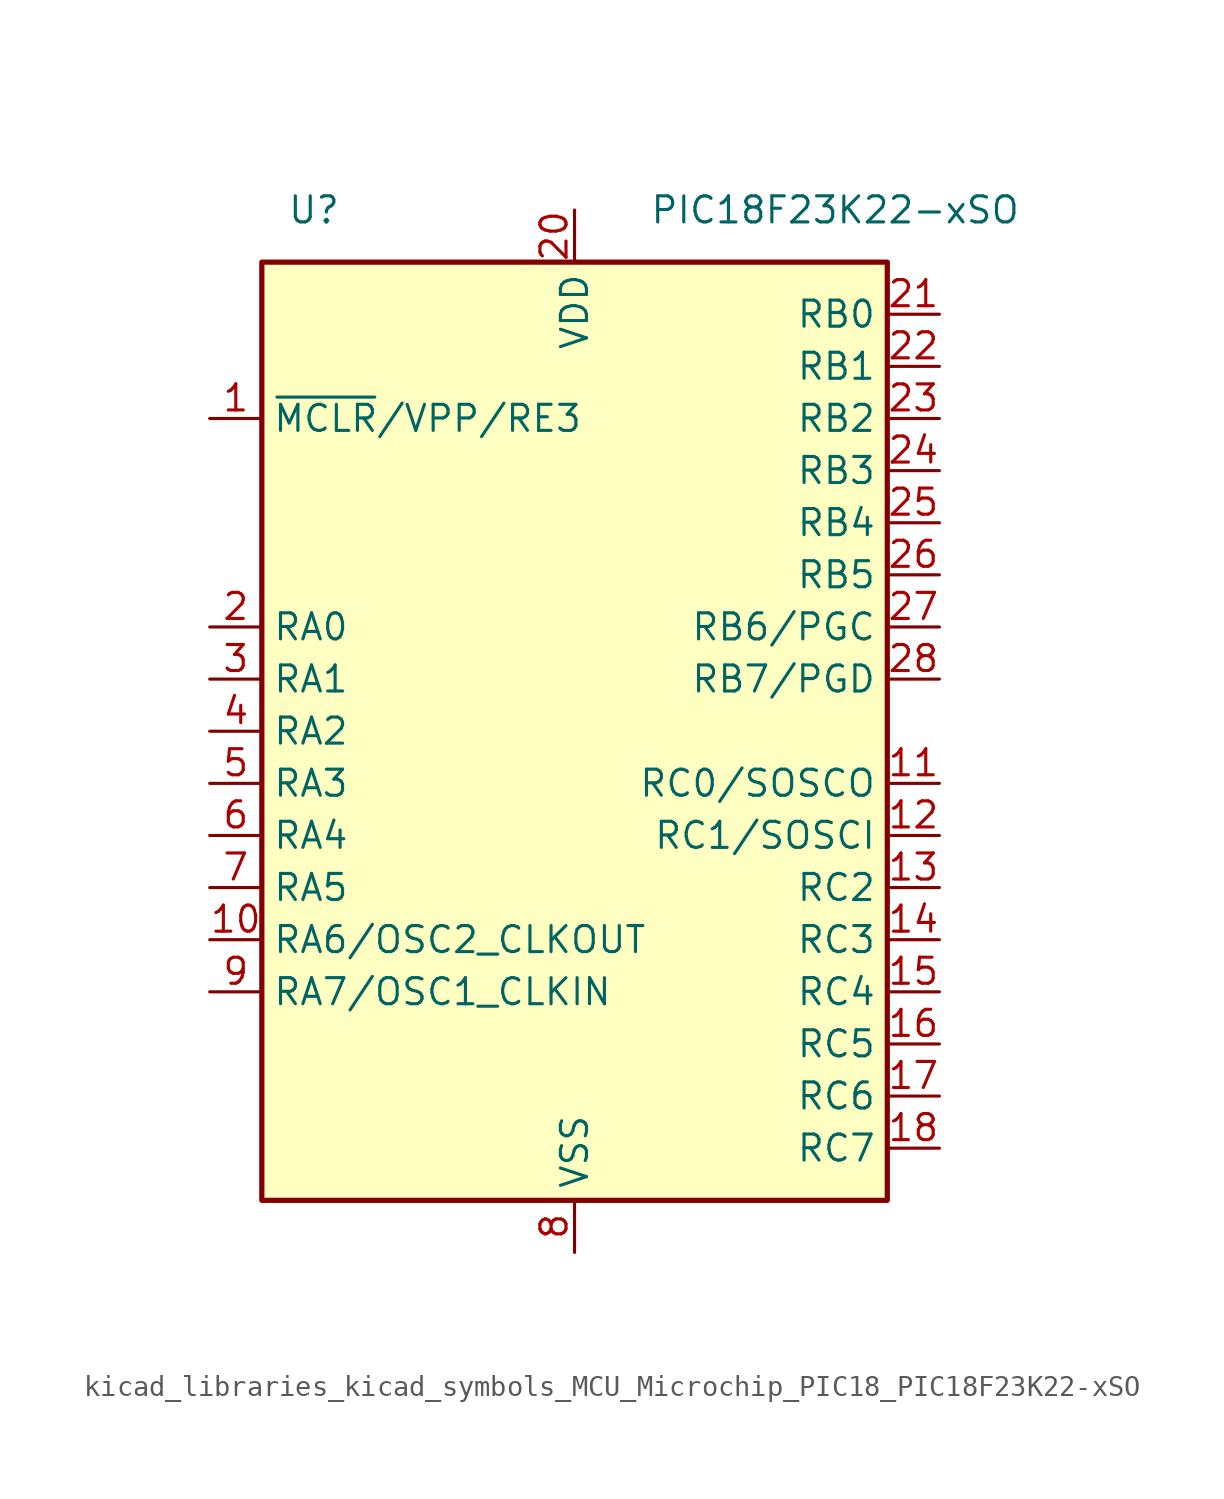
<source format=kicad_sym>
(kicad_symbol_lib
  (version 20220914)
  (generator kicad_symbol_editor)
  (symbol "kicad_libraries_kicad_symbols_MCU_Microchip_PIC18_PIC18F23K22-xSO"
    (property "Reference" "U"
      (at -12.7 25.4 0)
      (effects (font (size 1.27 1.27))))
    (property "Value" "PIC18F23K22-xSO"
      (at 12.7 25.4 0)
      (effects (font (size 1.27 1.27))))
    (symbol "kicad_libraries_kicad_symbols_MCU_Microchip_PIC18_PIC18F23K22-xSO_1_1"
      (rectangle (start -15.24 22.86) (end 15.24 -22.86) (stroke (width 0.254) (type default)) (fill (type background)))
      (pin input line (at -17.78 15.24 0) (length 2.54) (name "~{MCLR}/VPP/RE3" (effects (font (size 1.27 1.27)))) (number "1" (effects (font (size 1.27 1.27)))))
      (pin bidirectional line (at -17.78 -10.16 0) (length 2.54) (name "RA6/OSC2_CLKOUT" (effects (font (size 1.27 1.27)))) (number "10" (effects (font (size 1.27 1.27)))))
      (pin bidirectional line (at 17.78 -2.54 180) (length 2.54) (name "RC0/SOSCO" (effects (font (size 1.27 1.27)))) (number "11" (effects (font (size 1.27 1.27)))))
      (pin bidirectional line (at 17.78 -5.08 180) (length 2.54) (name "RC1/SOSCI" (effects (font (size 1.27 1.27)))) (number "12" (effects (font (size 1.27 1.27)))))
      (pin bidirectional line (at 17.78 -7.62 180) (length 2.54) (name "RC2" (effects (font (size 1.27 1.27)))) (number "13" (effects (font (size 1.27 1.27)))))
      (pin bidirectional line (at 17.78 -10.16 180) (length 2.54) (name "RC3" (effects (font (size 1.27 1.27)))) (number "14" (effects (font (size 1.27 1.27)))))
      (pin bidirectional line (at 17.78 -12.7 180) (length 2.54) (name "RC4" (effects (font (size 1.27 1.27)))) (number "15" (effects (font (size 1.27 1.27)))))
      (pin bidirectional line (at 17.78 -15.24 180) (length 2.54) (name "RC5" (effects (font (size 1.27 1.27)))) (number "16" (effects (font (size 1.27 1.27)))))
      (pin bidirectional line (at 17.78 -17.78 180) (length 2.54) (name "RC6" (effects (font (size 1.27 1.27)))) (number "17" (effects (font (size 1.27 1.27)))))
      (pin bidirectional line (at 17.78 -20.32 180) (length 2.54) (name "RC7" (effects (font (size 1.27 1.27)))) (number "18" (effects (font (size 1.27 1.27)))))
      (pin passive line (at 0 -25.4 90) (length 2.54) hide (name "VSS" (effects (font (size 1.27 1.27)))) (number "19" (effects (font (size 1.27 1.27)))))
      (pin bidirectional line (at -17.78 5.08 0) (length 2.54) (name "RA0" (effects (font (size 1.27 1.27)))) (number "2" (effects (font (size 1.27 1.27)))))
      (pin power_in line (at 0 25.4 270) (length 2.54) (name "VDD" (effects (font (size 1.27 1.27)))) (number "20" (effects (font (size 1.27 1.27)))))
      (pin bidirectional line (at 17.78 20.32 180) (length 2.54) (name "RB0" (effects (font (size 1.27 1.27)))) (number "21" (effects (font (size 1.27 1.27)))))
      (pin bidirectional line (at 17.78 17.78 180) (length 2.54) (name "RB1" (effects (font (size 1.27 1.27)))) (number "22" (effects (font (size 1.27 1.27)))))
      (pin bidirectional line (at 17.78 15.24 180) (length 2.54) (name "RB2" (effects (font (size 1.27 1.27)))) (number "23" (effects (font (size 1.27 1.27)))))
      (pin bidirectional line (at 17.78 12.7 180) (length 2.54) (name "RB3" (effects (font (size 1.27 1.27)))) (number "24" (effects (font (size 1.27 1.27)))))
      (pin bidirectional line (at 17.78 10.16 180) (length 2.54) (name "RB4" (effects (font (size 1.27 1.27)))) (number "25" (effects (font (size 1.27 1.27)))))
      (pin bidirectional line (at 17.78 7.62 180) (length 2.54) (name "RB5" (effects (font (size 1.27 1.27)))) (number "26" (effects (font (size 1.27 1.27)))))
      (pin bidirectional line (at 17.78 5.08 180) (length 2.54) (name "RB6/PGC" (effects (font (size 1.27 1.27)))) (number "27" (effects (font (size 1.27 1.27)))))
      (pin bidirectional line (at 17.78 2.54 180) (length 2.54) (name "RB7/PGD" (effects (font (size 1.27 1.27)))) (number "28" (effects (font (size 1.27 1.27)))))
      (pin bidirectional line (at -17.78 2.54 0) (length 2.54) (name "RA1" (effects (font (size 1.27 1.27)))) (number "3" (effects (font (size 1.27 1.27)))))
      (pin bidirectional line (at -17.78 0 0) (length 2.54) (name "RA2" (effects (font (size 1.27 1.27)))) (number "4" (effects (font (size 1.27 1.27)))))
      (pin bidirectional line (at -17.78 -2.54 0) (length 2.54) (name "RA3" (effects (font (size 1.27 1.27)))) (number "5" (effects (font (size 1.27 1.27)))))
      (pin bidirectional line (at -17.78 -5.08 0) (length 2.54) (name "RA4" (effects (font (size 1.27 1.27)))) (number "6" (effects (font (size 1.27 1.27)))))
      (pin bidirectional line (at -17.78 -7.62 0) (length 2.54) (name "RA5" (effects (font (size 1.27 1.27)))) (number "7" (effects (font (size 1.27 1.27)))))
      (pin power_in line (at 0 -25.4 90) (length 2.54) (name "VSS" (effects (font (size 1.27 1.27)))) (number "8" (effects (font (size 1.27 1.27)))))
      (pin bidirectional line (at -17.78 -12.7 0) (length 2.54) (name "RA7/OSC1_CLKIN" (effects (font (size 1.27 1.27)))) (number "9" (effects (font (size 1.27 1.27))))))))
</source>
